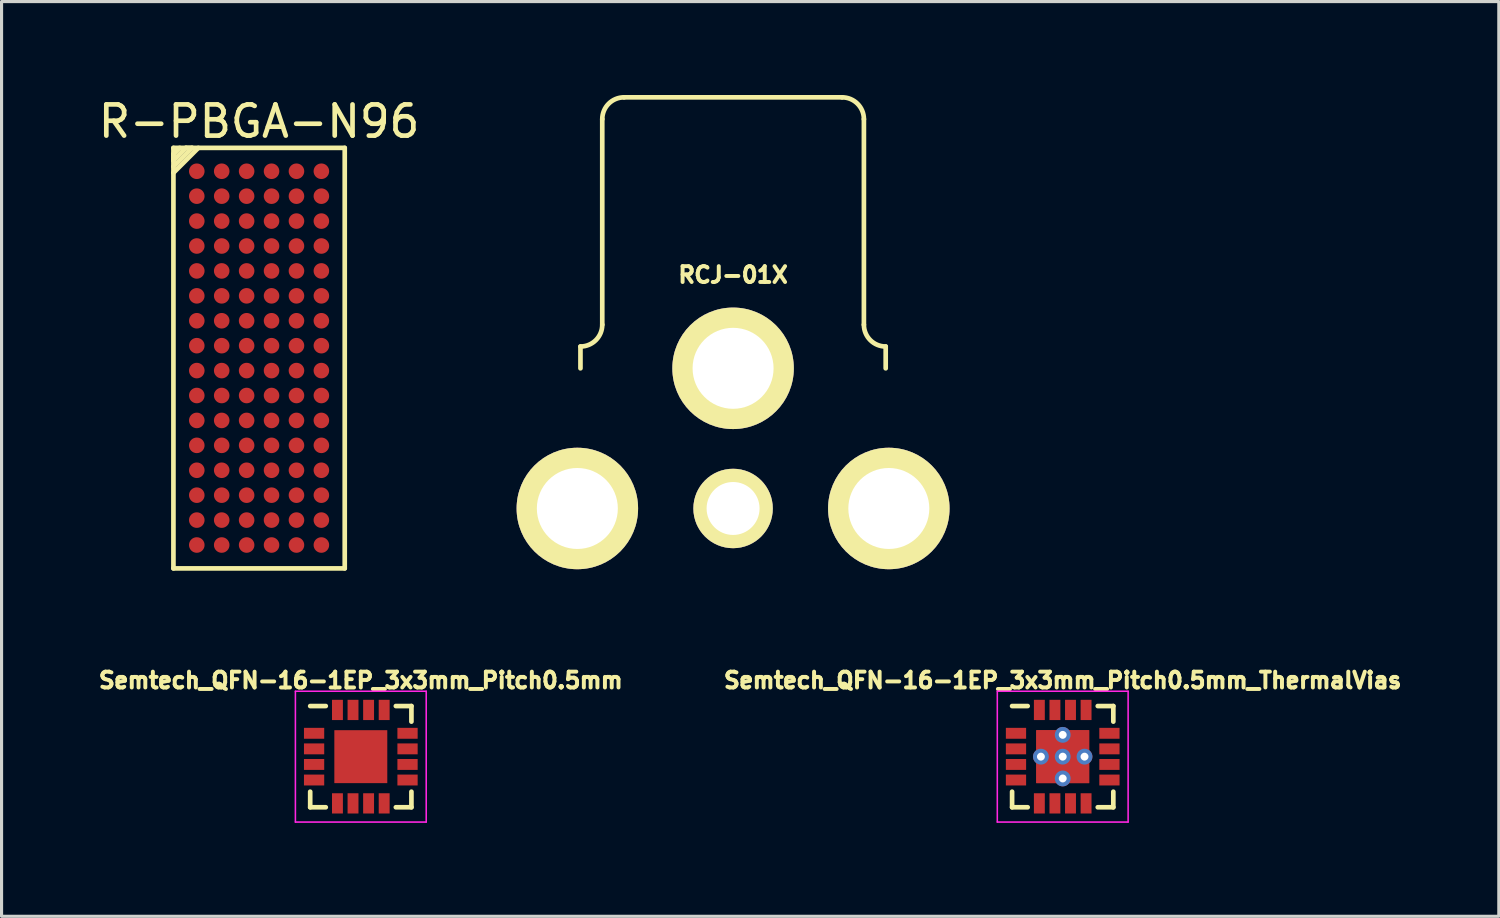
<source format=kicad_pcb>
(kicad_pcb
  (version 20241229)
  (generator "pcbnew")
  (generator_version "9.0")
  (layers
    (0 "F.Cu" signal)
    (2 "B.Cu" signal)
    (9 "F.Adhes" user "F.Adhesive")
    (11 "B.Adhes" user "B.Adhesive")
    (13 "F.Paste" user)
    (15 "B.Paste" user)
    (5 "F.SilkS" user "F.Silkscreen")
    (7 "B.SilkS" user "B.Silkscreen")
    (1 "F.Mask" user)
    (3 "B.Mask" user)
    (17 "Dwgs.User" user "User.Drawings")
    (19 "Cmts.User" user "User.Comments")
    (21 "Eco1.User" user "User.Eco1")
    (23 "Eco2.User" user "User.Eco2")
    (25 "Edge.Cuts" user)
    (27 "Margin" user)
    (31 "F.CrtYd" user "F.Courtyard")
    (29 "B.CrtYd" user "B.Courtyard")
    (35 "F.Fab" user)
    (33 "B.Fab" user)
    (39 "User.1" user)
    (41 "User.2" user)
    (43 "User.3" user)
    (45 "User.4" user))
  (footprint "Semtech_QFN-16-1EP_3x3mm_Pitch0.5mm"
    (layer "F.Cu")
    (at 8.534 21.243)
    (property "Reference" "Semtech_QFN-16-1EP_3x3mm_Pitch0.5mm" (at 0 -2.45 0) (layer "F.SilkS") (effects (font (size 0.508 0.508) (thickness 0.127))))
    (attr smd)
    (fp_line (start -1.625 -1.625) (end -1.125 -1.625) (stroke (width 0.15) (type solid)) (layer "F.SilkS"))
    (fp_line (start -1.625 1.625) (end -1.625 1.125) (stroke (width 0.15) (type solid)) (layer "F.SilkS"))
    (fp_line (start -1.625 1.625) (end -1.125 1.625) (stroke (width 0.15) (type solid)) (layer "F.SilkS"))
    (fp_line (start 1.625 -1.625) (end 1.125 -1.625) (stroke (width 0.15) (type solid)) (layer "F.SilkS"))
    (fp_line (start 1.625 -1.625) (end 1.625 -1.125) (stroke (width 0.15) (type solid)) (layer "F.SilkS"))
    (fp_line (start 1.625 1.625) (end 1.125 1.625) (stroke (width 0.15) (type solid)) (layer "F.SilkS"))
    (fp_line (start 1.625 1.625) (end 1.625 1.125) (stroke (width 0.15) (type solid)) (layer "F.SilkS"))
    (fp_line (start -2.1 -2.1) (end -2.1 2.1) (stroke (width 0.05) (type solid)) (layer "F.CrtYd"))
    (fp_line (start -2.1 -2.1) (end 2.1 -2.1) (stroke (width 0.05) (type solid)) (layer "F.CrtYd"))
    (fp_line (start -2.1 2.1) (end 2.1 2.1) (stroke (width 0.05) (type solid)) (layer "F.CrtYd"))
    (fp_line (start 2.1 -2.1) (end 2.1 2.1) (stroke (width 0.05) (type solid)) (layer "F.CrtYd"))
    (pad "" smd rect (at -0.425 -0.425) (size 0.85 0.85) (layers "F.Paste"))
    (pad "" smd rect (at -0.425 0.425) (size 0.85 0.85) (layers "F.Paste"))
    (pad "" smd rect (at 0.425 -0.425) (size 0.85 0.85) (layers "F.Paste"))
    (pad "" smd rect (at 0.425 0.425) (size 0.85 0.85) (layers "F.Paste"))
    (pad "1" smd rect (at -1.5 -0.75) (size 0.65 0.35) (layers "F.Cu" "F.Mask" "F.Paste"))
    (pad "2" smd rect (at -1.5 -0.25) (size 0.65 0.35) (layers "F.Cu" "F.Mask" "F.Paste"))
    (pad "3" smd rect (at -1.5 0.25) (size 0.65 0.35) (layers "F.Cu" "F.Mask" "F.Paste"))
    (pad "4" smd rect (at -1.5 0.75) (size 0.65 0.35) (layers "F.Cu" "F.Mask" "F.Paste"))
    (pad "5" smd rect (at -0.75 1.5) (size 0.35 0.65) (layers "F.Cu" "F.Mask" "F.Paste"))
    (pad "6" smd rect (at -0.25 1.5) (size 0.35 0.65) (layers "F.Cu" "F.Mask" "F.Paste"))
    (pad "7" smd rect (at 0.25 1.5) (size 0.35 0.65) (layers "F.Cu" "F.Mask" "F.Paste"))
    (pad "8" smd rect (at 0.75 1.5) (size 0.35 0.65) (layers "F.Cu" "F.Mask" "F.Paste"))
    (pad "9" smd rect (at 1.5 0.75) (size 0.65 0.35) (layers "F.Cu" "F.Mask" "F.Paste"))
    (pad "10" smd rect (at 1.5 0.25) (size 0.65 0.35) (layers "F.Cu" "F.Mask" "F.Paste"))
    (pad "11" smd rect (at 1.5 -0.25) (size 0.65 0.35) (layers "F.Cu" "F.Mask" "F.Paste"))
    (pad "12" smd rect (at 1.5 -0.75) (size 0.65 0.35) (layers "F.Cu" "F.Mask" "F.Paste"))
    (pad "13" smd rect (at 0.75 -1.5) (size 0.35 0.65) (layers "F.Cu" "F.Mask" "F.Paste"))
    (pad "14" smd rect (at 0.25 -1.5) (size 0.35 0.65) (layers "F.Cu" "F.Mask" "F.Paste"))
    (pad "15" smd rect (at -0.25 -1.5) (size 0.35 0.65) (layers "F.Cu" "F.Mask" "F.Paste"))
    (pad "16" smd rect (at -0.75 -1.5) (size 0.35 0.65) (layers "F.Cu" "F.Mask" "F.Paste"))
    (pad "17" smd rect (at 0 0) (size 1.7 1.7) (layers "F.Cu" "F.Mask")))
  (footprint "R-PBGA-N96"
    (layer "F.Cu")
    (at 5.268 8.448)
    (property "Reference" "R-PBGA-N96" (at 0 -7.6 0) (layer "F.SilkS") (effects (font (size 1 1) (thickness 0.15))))
    (attr through_hole)
    (fp_line (start -2.75 -6.75) (end 2.75 -6.75) (stroke (width 0.15) (type solid)) (layer "F.SilkS"))
    (fp_line (start -2.75 -6.55) (end -2.55 -6.75) (stroke (width 0.15) (type solid)) (layer "F.SilkS"))
    (fp_line (start -2.75 -6.35) (end -2.75 -6.55) (stroke (width 0.15) (type solid)) (layer "F.SilkS"))
    (fp_line (start -2.75 -6.15) (end -2.15 -6.75) (stroke (width 0.15) (type solid)) (layer "F.SilkS"))
    (fp_line (start -2.75 -5.95) (end -1.95 -6.75) (stroke (width 0.15) (type solid)) (layer "F.SilkS"))
    (fp_line (start -2.75 6.75) (end -2.75 -6.75) (stroke (width 0.15) (type solid)) (layer "F.SilkS"))
    (fp_line (start -2.35 -6.75) (end -2.75 -6.35) (stroke (width 0.15) (type solid)) (layer "F.SilkS"))
    (fp_line (start -2.15 -6.75) (end -2.35 -6.75) (stroke (width 0.15) (type solid)) (layer "F.SilkS"))
    (fp_line (start 2.75 -6.75) (end 2.75 6.75) (stroke (width 0.15) (type solid)) (layer "F.SilkS"))
    (fp_line (start 2.75 6.75) (end -2.75 6.75) (stroke (width 0.15) (type solid)) (layer "F.SilkS"))
    (pad "A1" smd circle (at -2 -6) (size 0.5 0.5) (layers "F.Cu" "F.Mask" "F.Paste"))
    (pad "A2" smd circle (at -1.2 -6) (size 0.5 0.5) (layers "F.Cu" "F.Mask" "F.Paste"))
    (pad "A3" smd circle (at -0.4 -6) (size 0.5 0.5) (layers "F.Cu" "F.Mask" "F.Paste"))
    (pad "A4" smd circle (at 0.4 -6) (size 0.5 0.5) (layers "F.Cu" "F.Mask" "F.Paste"))
    (pad "A5" smd circle (at 1.2 -6) (size 0.5 0.5) (layers "F.Cu" "F.Mask" "F.Paste"))
    (pad "A6" smd circle (at 2 -6) (size 0.5 0.5) (layers "F.Cu" "F.Mask" "F.Paste"))
    (pad "B1" smd circle (at -2 -5.2) (size 0.5 0.5) (layers "F.Cu" "F.Mask" "F.Paste"))
    (pad "B2" smd circle (at -1.2 -5.2) (size 0.5 0.5) (layers "F.Cu" "F.Mask" "F.Paste"))
    (pad "B3" smd circle (at -0.4 -5.2) (size 0.5 0.5) (layers "F.Cu" "F.Mask" "F.Paste"))
    (pad "B4" smd circle (at 0.4 -5.2) (size 0.5 0.5) (layers "F.Cu" "F.Mask" "F.Paste"))
    (pad "B5" smd circle (at 1.2 -5.2) (size 0.5 0.5) (layers "F.Cu" "F.Mask" "F.Paste"))
    (pad "B6" smd circle (at 2 -5.2) (size 0.5 0.5) (layers "F.Cu" "F.Mask" "F.Paste"))
    (pad "C1" smd circle (at -2 -4.4) (size 0.5 0.5) (layers "F.Cu" "F.Mask" "F.Paste"))
    (pad "C2" smd circle (at -1.2 -4.4) (size 0.5 0.5) (layers "F.Cu" "F.Mask" "F.Paste"))
    (pad "C3" smd circle (at -0.4 -4.4) (size 0.5 0.5) (layers "F.Cu" "F.Mask" "F.Paste"))
    (pad "C4" smd circle (at 0.4 -4.4) (size 0.5 0.5) (layers "F.Cu" "F.Mask" "F.Paste"))
    (pad "C5" smd circle (at 1.2 -4.4) (size 0.5 0.5) (layers "F.Cu" "F.Mask" "F.Paste"))
    (pad "C6" smd circle (at 2 -4.4) (size 0.5 0.5) (layers "F.Cu" "F.Mask" "F.Paste"))
    (pad "D1" smd circle (at -2 -3.6) (size 0.5 0.5) (layers "F.Cu" "F.Mask" "F.Paste"))
    (pad "D2" smd circle (at -1.2 -3.6) (size 0.5 0.5) (layers "F.Cu" "F.Mask" "F.Paste"))
    (pad "D3" smd circle (at -0.4 -3.6) (size 0.5 0.5) (layers "F.Cu" "F.Mask" "F.Paste"))
    (pad "D4" smd circle (at 0.4 -3.6) (size 0.5 0.5) (layers "F.Cu" "F.Mask" "F.Paste"))
    (pad "D5" smd circle (at 1.2 -3.6) (size 0.5 0.5) (layers "F.Cu" "F.Mask" "F.Paste"))
    (pad "D6" smd circle (at 2 -3.6) (size 0.5 0.5) (layers "F.Cu" "F.Mask" "F.Paste"))
    (pad "E1" smd circle (at -2 -2.8) (size 0.5 0.5) (layers "F.Cu" "F.Mask" "F.Paste"))
    (pad "E2" smd circle (at -1.2 -2.8) (size 0.5 0.5) (layers "F.Cu" "F.Mask" "F.Paste"))
    (pad "E3" smd circle (at -0.4 -2.8) (size 0.5 0.5) (layers "F.Cu" "F.Mask" "F.Paste"))
    (pad "E4" smd circle (at 0.4 -2.8) (size 0.5 0.5) (layers "F.Cu" "F.Mask" "F.Paste"))
    (pad "E5" smd circle (at 1.2 -2.8) (size 0.5 0.5) (layers "F.Cu" "F.Mask" "F.Paste"))
    (pad "E6" smd circle (at 2 -2.8) (size 0.5 0.5) (layers "F.Cu" "F.Mask" "F.Paste"))
    (pad "F1" smd circle (at -2 -2) (size 0.5 0.5) (layers "F.Cu" "F.Mask" "F.Paste"))
    (pad "F2" smd circle (at -1.2 -2) (size 0.5 0.5) (layers "F.Cu" "F.Mask" "F.Paste"))
    (pad "F3" smd circle (at -0.4 -2) (size 0.5 0.5) (layers "F.Cu" "F.Mask" "F.Paste"))
    (pad "F4" smd circle (at 0.4 -2) (size 0.5 0.5) (layers "F.Cu" "F.Mask" "F.Paste"))
    (pad "F5" smd circle (at 1.2 -2) (size 0.5 0.5) (layers "F.Cu" "F.Mask" "F.Paste"))
    (pad "F6" smd circle (at 2 -2) (size 0.5 0.5) (layers "F.Cu" "F.Mask" "F.Paste"))
    (pad "G1" smd circle (at -2 -1.2) (size 0.5 0.5) (layers "F.Cu" "F.Mask" "F.Paste"))
    (pad "G2" smd circle (at -1.2 -1.2) (size 0.5 0.5) (layers "F.Cu" "F.Mask" "F.Paste"))
    (pad "G3" smd circle (at -0.4 -1.2) (size 0.5 0.5) (layers "F.Cu" "F.Mask" "F.Paste"))
    (pad "G4" smd circle (at 0.4 -1.2) (size 0.5 0.5) (layers "F.Cu" "F.Mask" "F.Paste"))
    (pad "G5" smd circle (at 1.2 -1.2) (size 0.5 0.5) (layers "F.Cu" "F.Mask" "F.Paste"))
    (pad "G6" smd circle (at 2 -1.2) (size 0.5 0.5) (layers "F.Cu" "F.Mask" "F.Paste"))
    (pad "H1" smd circle (at -2 -0.4) (size 0.5 0.5) (layers "F.Cu" "F.Mask" "F.Paste"))
    (pad "H2" smd circle (at -1.2 -0.4) (size 0.5 0.5) (layers "F.Cu" "F.Mask" "F.Paste"))
    (pad "H3" smd circle (at -0.4 -0.4) (size 0.5 0.5) (layers "F.Cu" "F.Mask" "F.Paste"))
    (pad "H4" smd circle (at 0.4 -0.4) (size 0.5 0.5) (layers "F.Cu" "F.Mask" "F.Paste"))
    (pad "H5" smd circle (at 1.2 -0.4) (size 0.5 0.5) (layers "F.Cu" "F.Mask" "F.Paste"))
    (pad "H6" smd circle (at 2 -0.4) (size 0.5 0.5) (layers "F.Cu" "F.Mask" "F.Paste"))
    (pad "J1" smd circle (at -2 0.4) (size 0.5 0.5) (layers "F.Cu" "F.Mask" "F.Paste"))
    (pad "J2" smd circle (at -1.2 0.4) (size 0.5 0.5) (layers "F.Cu" "F.Mask" "F.Paste"))
    (pad "J3" smd circle (at -0.4 0.4) (size 0.5 0.5) (layers "F.Cu" "F.Mask" "F.Paste"))
    (pad "J4" smd circle (at 0.4 0.4) (size 0.5 0.5) (layers "F.Cu" "F.Mask" "F.Paste"))
    (pad "J5" smd circle (at 1.2 0.4) (size 0.5 0.5) (layers "F.Cu" "F.Mask" "F.Paste"))
    (pad "J6" smd circle (at 2 0.4) (size 0.5 0.5) (layers "F.Cu" "F.Mask" "F.Paste"))
    (pad "K1" smd circle (at -2 1.2) (size 0.5 0.5) (layers "F.Cu" "F.Mask" "F.Paste"))
    (pad "K2" smd circle (at -1.2 1.2) (size 0.5 0.5) (layers "F.Cu" "F.Mask" "F.Paste"))
    (pad "K3" smd circle (at -0.4 1.2) (size 0.5 0.5) (layers "F.Cu" "F.Mask" "F.Paste"))
    (pad "K4" smd circle (at 0.4 1.2) (size 0.5 0.5) (layers "F.Cu" "F.Mask" "F.Paste"))
    (pad "K5" smd circle (at 1.2 1.2) (size 0.5 0.5) (layers "F.Cu" "F.Mask" "F.Paste"))
    (pad "K6" smd circle (at 2 1.2) (size 0.5 0.5) (layers "F.Cu" "F.Mask" "F.Paste"))
    (pad "L1" smd circle (at -2 2) (size 0.5 0.5) (layers "F.Cu" "F.Mask" "F.Paste"))
    (pad "L2" smd circle (at -1.2 2) (size 0.5 0.5) (layers "F.Cu" "F.Mask" "F.Paste"))
    (pad "L3" smd circle (at -0.4 2) (size 0.5 0.5) (layers "F.Cu" "F.Mask" "F.Paste"))
    (pad "L4" smd circle (at 0.4 2) (size 0.5 0.5) (layers "F.Cu" "F.Mask" "F.Paste"))
    (pad "L5" smd circle (at 1.2 2) (size 0.5 0.5) (layers "F.Cu" "F.Mask" "F.Paste"))
    (pad "L6" smd circle (at 2 2) (size 0.5 0.5) (layers "F.Cu" "F.Mask" "F.Paste"))
    (pad "M1" smd circle (at -2 2.8) (size 0.5 0.5) (layers "F.Cu" "F.Mask" "F.Paste"))
    (pad "M2" smd circle (at -1.2 2.8) (size 0.5 0.5) (layers "F.Cu" "F.Mask" "F.Paste"))
    (pad "M3" smd circle (at -0.4 2.8) (size 0.5 0.5) (layers "F.Cu" "F.Mask" "F.Paste"))
    (pad "M4" smd circle (at 0.4 2.8) (size 0.5 0.5) (layers "F.Cu" "F.Mask" "F.Paste"))
    (pad "M5" smd circle (at 1.2 2.8) (size 0.5 0.5) (layers "F.Cu" "F.Mask" "F.Paste"))
    (pad "M6" smd circle (at 2 2.8) (size 0.5 0.5) (layers "F.Cu" "F.Mask" "F.Paste"))
    (pad "N1" smd circle (at -2 3.6) (size 0.5 0.5) (layers "F.Cu" "F.Mask" "F.Paste"))
    (pad "N2" smd circle (at -1.2 3.6) (size 0.5 0.5) (layers "F.Cu" "F.Mask" "F.Paste"))
    (pad "N3" smd circle (at -0.4 3.6) (size 0.5 0.5) (layers "F.Cu" "F.Mask" "F.Paste"))
    (pad "N4" smd circle (at 0.4 3.6) (size 0.5 0.5) (layers "F.Cu" "F.Mask" "F.Paste"))
    (pad "N5" smd circle (at 1.2 3.6) (size 0.5 0.5) (layers "F.Cu" "F.Mask" "F.Paste"))
    (pad "N6" smd circle (at 2 3.6) (size 0.5 0.5) (layers "F.Cu" "F.Mask" "F.Paste"))
    (pad "P1" smd circle (at -2 4.4) (size 0.5 0.5) (layers "F.Cu" "F.Mask" "F.Paste"))
    (pad "P2" smd circle (at -1.2 4.4) (size 0.5 0.5) (layers "F.Cu" "F.Mask" "F.Paste"))
    (pad "P3" smd circle (at -0.4 4.4) (size 0.5 0.5) (layers "F.Cu" "F.Mask" "F.Paste"))
    (pad "P4" smd circle (at 0.4 4.4) (size 0.5 0.5) (layers "F.Cu" "F.Mask" "F.Paste"))
    (pad "P5" smd circle (at 1.2 4.4) (size 0.5 0.5) (layers "F.Cu" "F.Mask" "F.Paste"))
    (pad "P6" smd circle (at 2 4.4) (size 0.5 0.5) (layers "F.Cu" "F.Mask" "F.Paste"))
    (pad "R1" smd circle (at -2 5.2) (size 0.5 0.5) (layers "F.Cu" "F.Mask" "F.Paste"))
    (pad "R2" smd circle (at -1.2 5.2) (size 0.5 0.5) (layers "F.Cu" "F.Mask" "F.Paste"))
    (pad "R3" smd circle (at -0.4 5.2) (size 0.5 0.5) (layers "F.Cu" "F.Mask" "F.Paste"))
    (pad "R4" smd circle (at 0.4 5.2) (size 0.5 0.5) (layers "F.Cu" "F.Mask" "F.Paste"))
    (pad "R5" smd circle (at 1.2 5.2) (size 0.5 0.5) (layers "F.Cu" "F.Mask" "F.Paste"))
    (pad "R6" smd circle (at 2 5.2) (size 0.5 0.5) (layers "F.Cu" "F.Mask" "F.Paste"))
    (pad "T1" smd circle (at -2 6) (size 0.5 0.5) (layers "F.Cu" "F.Mask" "F.Paste"))
    (pad "T2" smd circle (at -1.2 6) (size 0.5 0.5) (layers "F.Cu" "F.Mask" "F.Paste"))
    (pad "T3" smd circle (at -0.4 6) (size 0.5 0.5) (layers "F.Cu" "F.Mask" "F.Paste"))
    (pad "T4" smd circle (at 0.4 6) (size 0.5 0.5) (layers "F.Cu" "F.Mask" "F.Paste"))
    (pad "T5" smd circle (at 1.2 6) (size 0.5 0.5) (layers "F.Cu" "F.Mask" "F.Paste"))
    (pad "T6" smd circle (at 2 6) (size 0.5 0.5) (layers "F.Cu" "F.Mask" "F.Paste")))
  (footprint "RCJ-01X"
    (layer "F.Cu")
    (at 20.486 8.775)
    (property "Reference" "RCJ-01X" (at 0 -3 0) (layer "F.SilkS") (effects (font (size 0.508 0.508) (thickness 0.127))))
    (attr through_hole)
    (fp_line (start -4.9 0) (end -4.9 -0.7) (stroke (width 0.15) (type solid)) (layer "F.SilkS"))
    (fp_line (start -4.2 -1.4) (end -4.2 -8) (stroke (width 0.15) (type solid)) (layer "F.SilkS"))
    (fp_line (start -3.5 -8.7) (end 3.5 -8.7) (stroke (width 0.15) (type solid)) (layer "F.SilkS"))
    (fp_line (start 4.2 -1.4) (end 4.2 -8) (stroke (width 0.15) (type solid)) (layer "F.SilkS"))
    (fp_line (start 4.9 0) (end 4.9 -0.7) (stroke (width 0.15) (type solid)) (layer "F.SilkS"))
    (fp_arc (start -4.2 -8) (mid -3.994975 -8.494975) (end -3.5 -8.7) (stroke (width 0.15) (type solid)) (layer "F.SilkS"))
    (fp_arc (start -4.2 -1.4) (mid -4.405025 -0.905025) (end -4.9 -0.7) (stroke (width 0.15) (type solid)) (layer "F.SilkS"))
    (fp_arc (start 3.5 -8.7) (mid 3.994975 -8.494975) (end 4.2 -8) (stroke (width 0.15) (type solid)) (layer "F.SilkS"))
    (fp_arc (start 4.9 -0.7) (mid 4.405025 -0.905025) (end 4.2 -1.4) (stroke (width 0.15) (type solid)) (layer "F.SilkS"))
    (pad "1" thru_hole circle (at -5 4.5) (size 3.9 3.9) (drill 2.6) (layers "*.Cu" "*.Mask" "F.SilkS"))
    (pad "1" thru_hole circle (at 0 0) (size 3.9 3.9) (drill 2.6) (layers "*.Cu" "*.Mask" "F.SilkS"))
    (pad "1" thru_hole circle (at 5 4.5) (size 3.9 3.9) (drill 2.6) (layers "*.Cu" "*.Mask" "F.SilkS"))
    (pad "2" thru_hole circle (at 0 4.5) (size 2.55 2.55) (drill 1.7) (layers "*.Cu" "*.Mask" "F.SilkS")))
  (footprint "Semtech_QFN-16-1EP_3x3mm_Pitch0.5mm_ThermalVias"
    (layer "F.Cu")
    (at 31.069 21.243)
    (property "Reference" "Semtech_QFN-16-1EP_3x3mm_Pitch0.5mm_ThermalVias" (at 0 -2.45 0) (layer "F.SilkS") (effects (font (size 0.508 0.508) (thickness 0.127))))
    (attr smd)
    (fp_line (start -1.625 -1.625) (end -1.125 -1.625) (stroke (width 0.15) (type solid)) (layer "F.SilkS"))
    (fp_line (start -1.625 1.625) (end -1.625 1.125) (stroke (width 0.15) (type solid)) (layer "F.SilkS"))
    (fp_line (start -1.625 1.625) (end -1.125 1.625) (stroke (width 0.15) (type solid)) (layer "F.SilkS"))
    (fp_line (start 1.625 -1.625) (end 1.125 -1.625) (stroke (width 0.15) (type solid)) (layer "F.SilkS"))
    (fp_line (start 1.625 -1.625) (end 1.625 -1.125) (stroke (width 0.15) (type solid)) (layer "F.SilkS"))
    (fp_line (start 1.625 1.625) (end 1.125 1.625) (stroke (width 0.15) (type solid)) (layer "F.SilkS"))
    (fp_line (start 1.625 1.625) (end 1.625 1.125) (stroke (width 0.15) (type solid)) (layer "F.SilkS"))
    (fp_line (start -2.1 -2.1) (end -2.1 2.1) (stroke (width 0.05) (type solid)) (layer "F.CrtYd"))
    (fp_line (start -2.1 -2.1) (end 2.1 -2.1) (stroke (width 0.05) (type solid)) (layer "F.CrtYd"))
    (fp_line (start -2.1 2.1) (end 2.1 2.1) (stroke (width 0.05) (type solid)) (layer "F.CrtYd"))
    (fp_line (start 2.1 -2.1) (end 2.1 2.1) (stroke (width 0.05) (type solid)) (layer "F.CrtYd"))
    (pad "1" smd rect (at -1.5 -0.75) (size 0.65 0.35) (layers "F.Cu" "F.Mask" "F.Paste"))
    (pad "2" smd rect (at -1.5 -0.25) (size 0.65 0.35) (layers "F.Cu" "F.Mask" "F.Paste"))
    (pad "3" smd rect (at -1.5 0.25) (size 0.65 0.35) (layers "F.Cu" "F.Mask" "F.Paste"))
    (pad "4" smd rect (at -1.5 0.75) (size 0.65 0.35) (layers "F.Cu" "F.Mask" "F.Paste"))
    (pad "5" smd rect (at -0.75 1.5) (size 0.35 0.65) (layers "F.Cu" "F.Mask" "F.Paste"))
    (pad "6" smd rect (at -0.25 1.5) (size 0.35 0.65) (layers "F.Cu" "F.Mask" "F.Paste"))
    (pad "7" smd rect (at 0.25 1.5) (size 0.35 0.65) (layers "F.Cu" "F.Mask" "F.Paste"))
    (pad "8" smd rect (at 0.75 1.5) (size 0.35 0.65) (layers "F.Cu" "F.Mask" "F.Paste"))
    (pad "9" smd rect (at 1.5 0.75) (size 0.65 0.35) (layers "F.Cu" "F.Mask" "F.Paste"))
    (pad "10" smd rect (at 1.5 0.25) (size 0.65 0.35) (layers "F.Cu" "F.Mask" "F.Paste"))
    (pad "11" smd rect (at 1.5 -0.25) (size 0.65 0.35) (layers "F.Cu" "F.Mask" "F.Paste"))
    (pad "12" smd rect (at 1.5 -0.75) (size 0.65 0.35) (layers "F.Cu" "F.Mask" "F.Paste"))
    (pad "13" smd rect (at 0.75 -1.5) (size 0.35 0.65) (layers "F.Cu" "F.Mask" "F.Paste"))
    (pad "14" smd rect (at 0.25 -1.5) (size 0.35 0.65) (layers "F.Cu" "F.Mask" "F.Paste"))
    (pad "15" smd rect (at -0.25 -1.5) (size 0.35 0.65) (layers "F.Cu" "F.Mask" "F.Paste"))
    (pad "16" smd rect (at -0.75 -1.5) (size 0.35 0.65) (layers "F.Cu" "F.Mask" "F.Paste"))
    (pad "17" thru_hole circle (at -0.7 0) (size 0.508 0.508) (drill 0.254) (layers "*.Cu" "*.Mask"))
    (pad "17" smd rect (at -0.425 -0.425) (size 0.85 0.85) (layers "F.Cu" "F.Mask" "F.Paste"))
    (pad "17" smd rect (at -0.425 0.425) (size 0.85 0.85) (layers "F.Cu" "F.Mask" "F.Paste"))
    (pad "17" thru_hole circle (at 0 -0.7) (size 0.508 0.508) (drill 0.254) (layers "*.Cu" "*.Mask"))
    (pad "17" thru_hole circle (at 0 0) (size 0.508 0.508) (drill 0.254) (layers "*.Cu" "*.Mask"))
    (pad "17" smd rect (at 0 0) (size 1.7 1.7) (layers "F.Cu" "F.Mask"))
    (pad "17" thru_hole circle (at 0 0.7) (size 0.508 0.508) (drill 0.254) (layers "*.Cu" "*.Mask"))
    (pad "17" smd rect (at 0.425 -0.425) (size 0.85 0.85) (layers "F.Cu" "F.Mask" "F.Paste"))
    (pad "17" smd rect (at 0.425 0.425) (size 0.85 0.85) (layers "F.Cu" "F.Mask" "F.Paste"))
    (pad "17" thru_hole circle (at 0.7 0) (size 0.508 0.508) (drill 0.254) (layers "*.Cu" "*.Mask")))
  (gr_rect
    (start -3 -3)
    (end 45.07 26.368)
    (stroke (width 0.1) (type default))
    (fill no)
    (layer "Edge.Cuts")))
</source>
